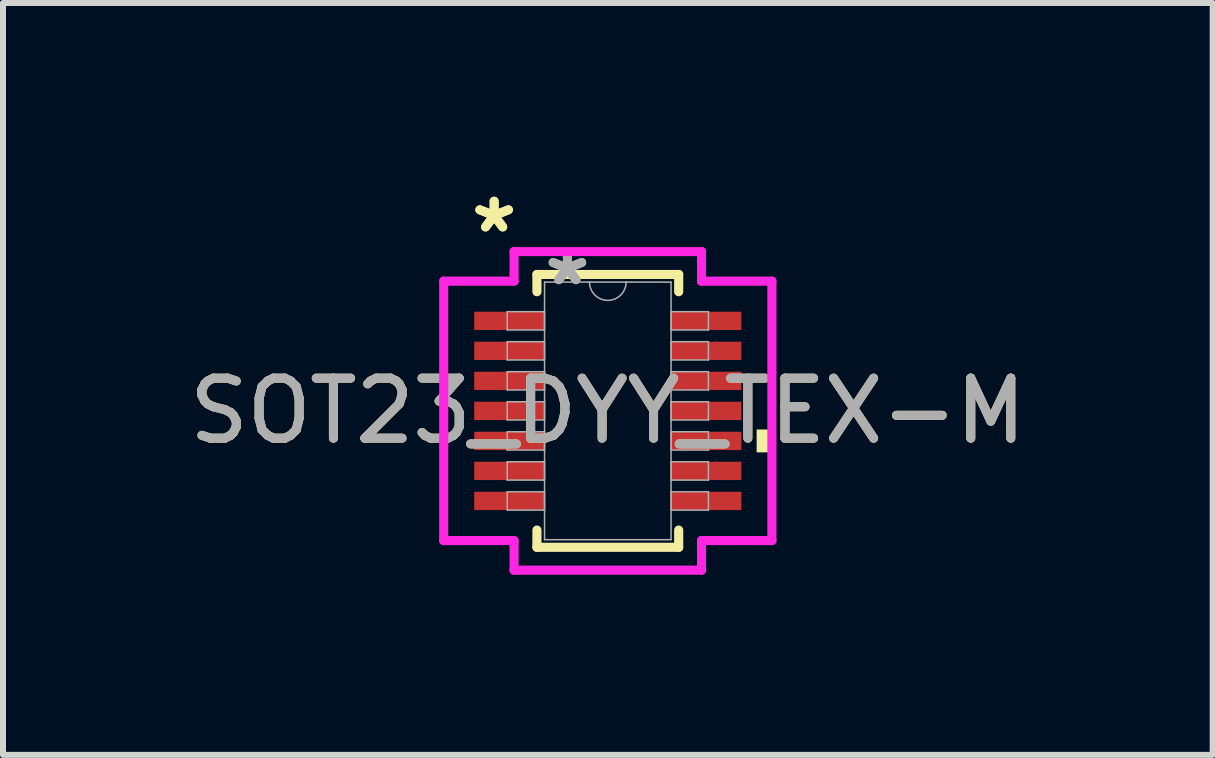
<source format=kicad_pcb>
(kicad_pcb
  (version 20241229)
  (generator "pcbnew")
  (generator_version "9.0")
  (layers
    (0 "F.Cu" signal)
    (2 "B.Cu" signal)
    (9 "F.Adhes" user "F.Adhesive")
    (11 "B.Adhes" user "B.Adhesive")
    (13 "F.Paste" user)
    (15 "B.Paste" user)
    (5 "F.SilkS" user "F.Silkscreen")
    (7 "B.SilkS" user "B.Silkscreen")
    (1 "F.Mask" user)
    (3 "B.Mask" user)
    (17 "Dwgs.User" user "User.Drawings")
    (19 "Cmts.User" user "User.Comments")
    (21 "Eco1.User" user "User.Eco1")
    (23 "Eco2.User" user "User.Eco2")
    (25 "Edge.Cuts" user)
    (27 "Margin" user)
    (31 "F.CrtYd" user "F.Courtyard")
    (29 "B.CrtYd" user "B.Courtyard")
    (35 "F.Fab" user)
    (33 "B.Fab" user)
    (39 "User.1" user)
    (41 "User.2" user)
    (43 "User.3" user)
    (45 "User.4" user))
  (footprint "SOT23_DYY_TEX-M"
    (layer "F.Cu")
    (at 7.077 3.796)
    (property "Reference" "SOT23_DYY_TEX-M" (at 0 0 0) (unlocked yes) (layer "F.SilkS") (effects (font (size 1 1) (thickness 0.15))))
    (attr smd)
    (fp_line (start -1.181 -2.273) (end -1.181 -1.986) (stroke (width 0.152) (type solid)) (layer "F.SilkS"))
    (fp_line (start -1.181 1.986) (end -1.181 2.273) (stroke (width 0.152) (type solid)) (layer "F.SilkS"))
    (fp_line (start -1.181 2.273) (end 1.181 2.273) (stroke (width 0.152) (type solid)) (layer "F.SilkS"))
    (fp_line (start 1.181 -2.273) (end -1.181 -2.273) (stroke (width 0.152) (type solid)) (layer "F.SilkS"))
    (fp_line (start 1.181 -1.986) (end 1.181 -2.273) (stroke (width 0.152) (type solid)) (layer "F.SilkS"))
    (fp_line (start 1.181 2.273) (end 1.181 1.986) (stroke (width 0.152) (type solid)) (layer "F.SilkS"))
    (fp_poly (pts (xy 2.734 0.31) (xy 2.734 0.691) (xy 2.48 0.691) (xy 2.48 0.31)) (stroke (width 0) (type solid)) (fill yes) (layer "F.SilkS"))
    (fp_line (start -2.734 -2.161) (end -1.562 -2.161) (stroke (width 0.152) (type solid)) (layer "F.CrtYd"))
    (fp_line (start -2.734 2.161) (end -2.734 -2.161) (stroke (width 0.152) (type solid)) (layer "F.CrtYd"))
    (fp_line (start -2.734 2.161) (end -1.562 2.161) (stroke (width 0.152) (type solid)) (layer "F.CrtYd"))
    (fp_line (start -1.562 -2.654) (end 1.562 -2.654) (stroke (width 0.152) (type solid)) (layer "F.CrtYd"))
    (fp_line (start -1.562 -2.161) (end -1.562 -2.654) (stroke (width 0.152) (type solid)) (layer "F.CrtYd"))
    (fp_line (start -1.562 2.654) (end -1.562 2.161) (stroke (width 0.152) (type solid)) (layer "F.CrtYd"))
    (fp_line (start 1.562 -2.654) (end 1.562 -2.161) (stroke (width 0.152) (type solid)) (layer "F.CrtYd"))
    (fp_line (start 1.562 2.161) (end 1.562 2.654) (stroke (width 0.152) (type solid)) (layer "F.CrtYd"))
    (fp_line (start 1.562 2.654) (end -1.562 2.654) (stroke (width 0.152) (type solid)) (layer "F.CrtYd"))
    (fp_line (start 2.734 -2.161) (end 1.562 -2.161) (stroke (width 0.152) (type solid)) (layer "F.CrtYd"))
    (fp_line (start 2.734 -2.161) (end 2.734 2.161) (stroke (width 0.152) (type solid)) (layer "F.CrtYd"))
    (fp_line (start 2.734 2.161) (end 1.562 2.161) (stroke (width 0.152) (type solid)) (layer "F.CrtYd"))
    (fp_line (start -1.676 -1.653) (end -1.676 -1.348) (stroke (width 0.025) (type solid)) (layer "F.Fab"))
    (fp_line (start -1.676 -1.348) (end -1.054 -1.348) (stroke (width 0.025) (type solid)) (layer "F.Fab"))
    (fp_line (start -1.676 -1.153) (end -1.676 -0.848) (stroke (width 0.025) (type solid)) (layer "F.Fab"))
    (fp_line (start -1.676 -0.848) (end -1.054 -0.848) (stroke (width 0.025) (type solid)) (layer "F.Fab"))
    (fp_line (start -1.676 -0.653) (end -1.676 -0.348) (stroke (width 0.025) (type solid)) (layer "F.Fab"))
    (fp_line (start -1.676 -0.348) (end -1.054 -0.348) (stroke (width 0.025) (type solid)) (layer "F.Fab"))
    (fp_line (start -1.676 -0.152) (end -1.676 0.152) (stroke (width 0.025) (type solid)) (layer "F.Fab"))
    (fp_line (start -1.676 0.152) (end -1.054 0.152) (stroke (width 0.025) (type solid)) (layer "F.Fab"))
    (fp_line (start -1.676 0.348) (end -1.676 0.653) (stroke (width 0.025) (type solid)) (layer "F.Fab"))
    (fp_line (start -1.676 0.653) (end -1.054 0.653) (stroke (width 0.025) (type solid)) (layer "F.Fab"))
    (fp_line (start -1.676 0.848) (end -1.676 1.153) (stroke (width 0.025) (type solid)) (layer "F.Fab"))
    (fp_line (start -1.676 1.153) (end -1.054 1.153) (stroke (width 0.025) (type solid)) (layer "F.Fab"))
    (fp_line (start -1.676 1.348) (end -1.676 1.653) (stroke (width 0.025) (type solid)) (layer "F.Fab"))
    (fp_line (start -1.676 1.653) (end -1.054 1.653) (stroke (width 0.025) (type solid)) (layer "F.Fab"))
    (fp_line (start -1.054 -2.146) (end -1.054 2.146) (stroke (width 0.025) (type solid)) (layer "F.Fab"))
    (fp_line (start -1.054 -1.653) (end -1.676 -1.653) (stroke (width 0.025) (type solid)) (layer "F.Fab"))
    (fp_line (start -1.054 -1.348) (end -1.054 -1.653) (stroke (width 0.025) (type solid)) (layer "F.Fab"))
    (fp_line (start -1.054 -1.153) (end -1.676 -1.153) (stroke (width 0.025) (type solid)) (layer "F.Fab"))
    (fp_line (start -1.054 -0.848) (end -1.054 -1.153) (stroke (width 0.025) (type solid)) (layer "F.Fab"))
    (fp_line (start -1.054 -0.653) (end -1.676 -0.653) (stroke (width 0.025) (type solid)) (layer "F.Fab"))
    (fp_line (start -1.054 -0.348) (end -1.054 -0.653) (stroke (width 0.025) (type solid)) (layer "F.Fab"))
    (fp_line (start -1.054 -0.152) (end -1.676 -0.152) (stroke (width 0.025) (type solid)) (layer "F.Fab"))
    (fp_line (start -1.054 0.152) (end -1.054 -0.152) (stroke (width 0.025) (type solid)) (layer "F.Fab"))
    (fp_line (start -1.054 0.348) (end -1.676 0.348) (stroke (width 0.025) (type solid)) (layer "F.Fab"))
    (fp_line (start -1.054 0.653) (end -1.054 0.348) (stroke (width 0.025) (type solid)) (layer "F.Fab"))
    (fp_line (start -1.054 0.848) (end -1.676 0.848) (stroke (width 0.025) (type solid)) (layer "F.Fab"))
    (fp_line (start -1.054 1.153) (end -1.054 0.848) (stroke (width 0.025) (type solid)) (layer "F.Fab"))
    (fp_line (start -1.054 1.348) (end -1.676 1.348) (stroke (width 0.025) (type solid)) (layer "F.Fab"))
    (fp_line (start -1.054 1.653) (end -1.054 1.348) (stroke (width 0.025) (type solid)) (layer "F.Fab"))
    (fp_line (start -1.054 2.146) (end 1.054 2.146) (stroke (width 0.025) (type solid)) (layer "F.Fab"))
    (fp_line (start 1.054 -2.146) (end -1.054 -2.146) (stroke (width 0.025) (type solid)) (layer "F.Fab"))
    (fp_line (start 1.054 -1.653) (end 1.054 -1.348) (stroke (width 0.025) (type solid)) (layer "F.Fab"))
    (fp_line (start 1.054 -1.348) (end 1.676 -1.348) (stroke (width 0.025) (type solid)) (layer "F.Fab"))
    (fp_line (start 1.054 -1.153) (end 1.054 -0.848) (stroke (width 0.025) (type solid)) (layer "F.Fab"))
    (fp_line (start 1.054 -0.848) (end 1.676 -0.848) (stroke (width 0.025) (type solid)) (layer "F.Fab"))
    (fp_line (start 1.054 -0.653) (end 1.054 -0.348) (stroke (width 0.025) (type solid)) (layer "F.Fab"))
    (fp_line (start 1.054 -0.348) (end 1.676 -0.348) (stroke (width 0.025) (type solid)) (layer "F.Fab"))
    (fp_line (start 1.054 -0.152) (end 1.054 0.152) (stroke (width 0.025) (type solid)) (layer "F.Fab"))
    (fp_line (start 1.054 0.152) (end 1.676 0.152) (stroke (width 0.025) (type solid)) (layer "F.Fab"))
    (fp_line (start 1.054 0.348) (end 1.054 0.653) (stroke (width 0.025) (type solid)) (layer "F.Fab"))
    (fp_line (start 1.054 0.653) (end 1.676 0.653) (stroke (width 0.025) (type solid)) (layer "F.Fab"))
    (fp_line (start 1.054 0.848) (end 1.054 1.153) (stroke (width 0.025) (type solid)) (layer "F.Fab"))
    (fp_line (start 1.054 1.153) (end 1.676 1.153) (stroke (width 0.025) (type solid)) (layer "F.Fab"))
    (fp_line (start 1.054 1.348) (end 1.054 1.653) (stroke (width 0.025) (type solid)) (layer "F.Fab"))
    (fp_line (start 1.054 1.653) (end 1.676 1.653) (stroke (width 0.025) (type solid)) (layer "F.Fab"))
    (fp_line (start 1.054 2.146) (end 1.054 -2.146) (stroke (width 0.025) (type solid)) (layer "F.Fab"))
    (fp_line (start 1.676 -1.653) (end 1.054 -1.653) (stroke (width 0.025) (type solid)) (layer "F.Fab"))
    (fp_line (start 1.676 -1.348) (end 1.676 -1.653) (stroke (width 0.025) (type solid)) (layer "F.Fab"))
    (fp_line (start 1.676 -1.153) (end 1.054 -1.153) (stroke (width 0.025) (type solid)) (layer "F.Fab"))
    (fp_line (start 1.676 -0.848) (end 1.676 -1.153) (stroke (width 0.025) (type solid)) (layer "F.Fab"))
    (fp_line (start 1.676 -0.653) (end 1.054 -0.653) (stroke (width 0.025) (type solid)) (layer "F.Fab"))
    (fp_line (start 1.676 -0.348) (end 1.676 -0.653) (stroke (width 0.025) (type solid)) (layer "F.Fab"))
    (fp_line (start 1.676 -0.152) (end 1.054 -0.152) (stroke (width 0.025) (type solid)) (layer "F.Fab"))
    (fp_line (start 1.676 0.152) (end 1.676 -0.152) (stroke (width 0.025) (type solid)) (layer "F.Fab"))
    (fp_line (start 1.676 0.348) (end 1.054 0.348) (stroke (width 0.025) (type solid)) (layer "F.Fab"))
    (fp_line (start 1.676 0.653) (end 1.676 0.348) (stroke (width 0.025) (type solid)) (layer "F.Fab"))
    (fp_line (start 1.676 0.848) (end 1.054 0.848) (stroke (width 0.025) (type solid)) (layer "F.Fab"))
    (fp_line (start 1.676 1.153) (end 1.676 0.848) (stroke (width 0.025) (type solid)) (layer "F.Fab"))
    (fp_line (start 1.676 1.348) (end 1.054 1.348) (stroke (width 0.025) (type solid)) (layer "F.Fab"))
    (fp_line (start 1.676 1.653) (end 1.676 1.348) (stroke (width 0.025) (type solid)) (layer "F.Fab"))
    (fp_arc (start 0.3048 -2.1463) (mid 0 -1.8415) (end -0.3048 -2.1463) (stroke (width 0.0254) (type solid)) (layer "F.Fab"))
    (fp_text user "*" (at -1.894 -2.948 0) (layer "F.SilkS") (effects (font (size 1 1) (thickness 0.15))))
    (fp_text user "*" (at -1.894 -2.948 0) (unlocked yes) (layer "F.SilkS") (effects (font (size 1 1) (thickness 0.15))))
    (fp_text user "*" (at -0.673 -2.07 0) (unlocked yes) (layer "F.Fab") (effects (font (size 1 1) (thickness 0.15))))
    (fp_text user "*" (at -0.673 -2.07 0) (layer "F.Fab") (effects (font (size 1 1) (thickness 0.15))))
    (fp_text user "${REFERENCE}" (at 0 0 0) (unlocked yes) (layer "F.Fab") (effects (font (size 1 1) (thickness 0.15))))
    (pad "1" smd rect (at -1.64 -1.5) (size 1.172 0.305) (layers "F.Cu" "F.Mask" "F.Paste"))
    (pad "2" smd rect (at -1.64 -1) (size 1.172 0.305) (layers "F.Cu" "F.Mask" "F.Paste"))
    (pad "3" smd rect (at -1.64 -0.5) (size 1.172 0.305) (layers "F.Cu" "F.Mask" "F.Paste"))
    (pad "4" smd rect (at -1.64 0) (size 1.172 0.305) (layers "F.Cu" "F.Mask" "F.Paste"))
    (pad "5" smd rect (at -1.64 0.5) (size 1.172 0.305) (layers "F.Cu" "F.Mask" "F.Paste"))
    (pad "6" smd rect (at -1.64 1) (size 1.172 0.305) (layers "F.Cu" "F.Mask" "F.Paste"))
    (pad "7" smd rect (at -1.64 1.5) (size 1.172 0.305) (layers "F.Cu" "F.Mask" "F.Paste"))
    (pad "8" smd rect (at 1.64 1.5) (size 1.172 0.305) (layers "F.Cu" "F.Mask" "F.Paste"))
    (pad "9" smd rect (at 1.64 1) (size 1.172 0.305) (layers "F.Cu" "F.Mask" "F.Paste"))
    (pad "10" smd rect (at 1.64 0.5) (size 1.172 0.305) (layers "F.Cu" "F.Mask" "F.Paste"))
    (pad "11" smd rect (at 1.64 0) (size 1.172 0.305) (layers "F.Cu" "F.Mask" "F.Paste"))
    (pad "12" smd rect (at 1.64 -0.5) (size 1.172 0.305) (layers "F.Cu" "F.Mask" "F.Paste"))
    (pad "13" smd rect (at 1.64 -1) (size 1.172 0.305) (layers "F.Cu" "F.Mask" "F.Paste"))
    (pad "14" smd rect (at 1.64 -1.5) (size 1.172 0.305) (layers "F.Cu" "F.Mask" "F.Paste")))
  (gr_rect
    (start -3 -3)
    (end 17.155 9.527)
    (stroke (width 0.1) (type default))
    (fill no)
    (layer "Edge.Cuts")))
</source>
